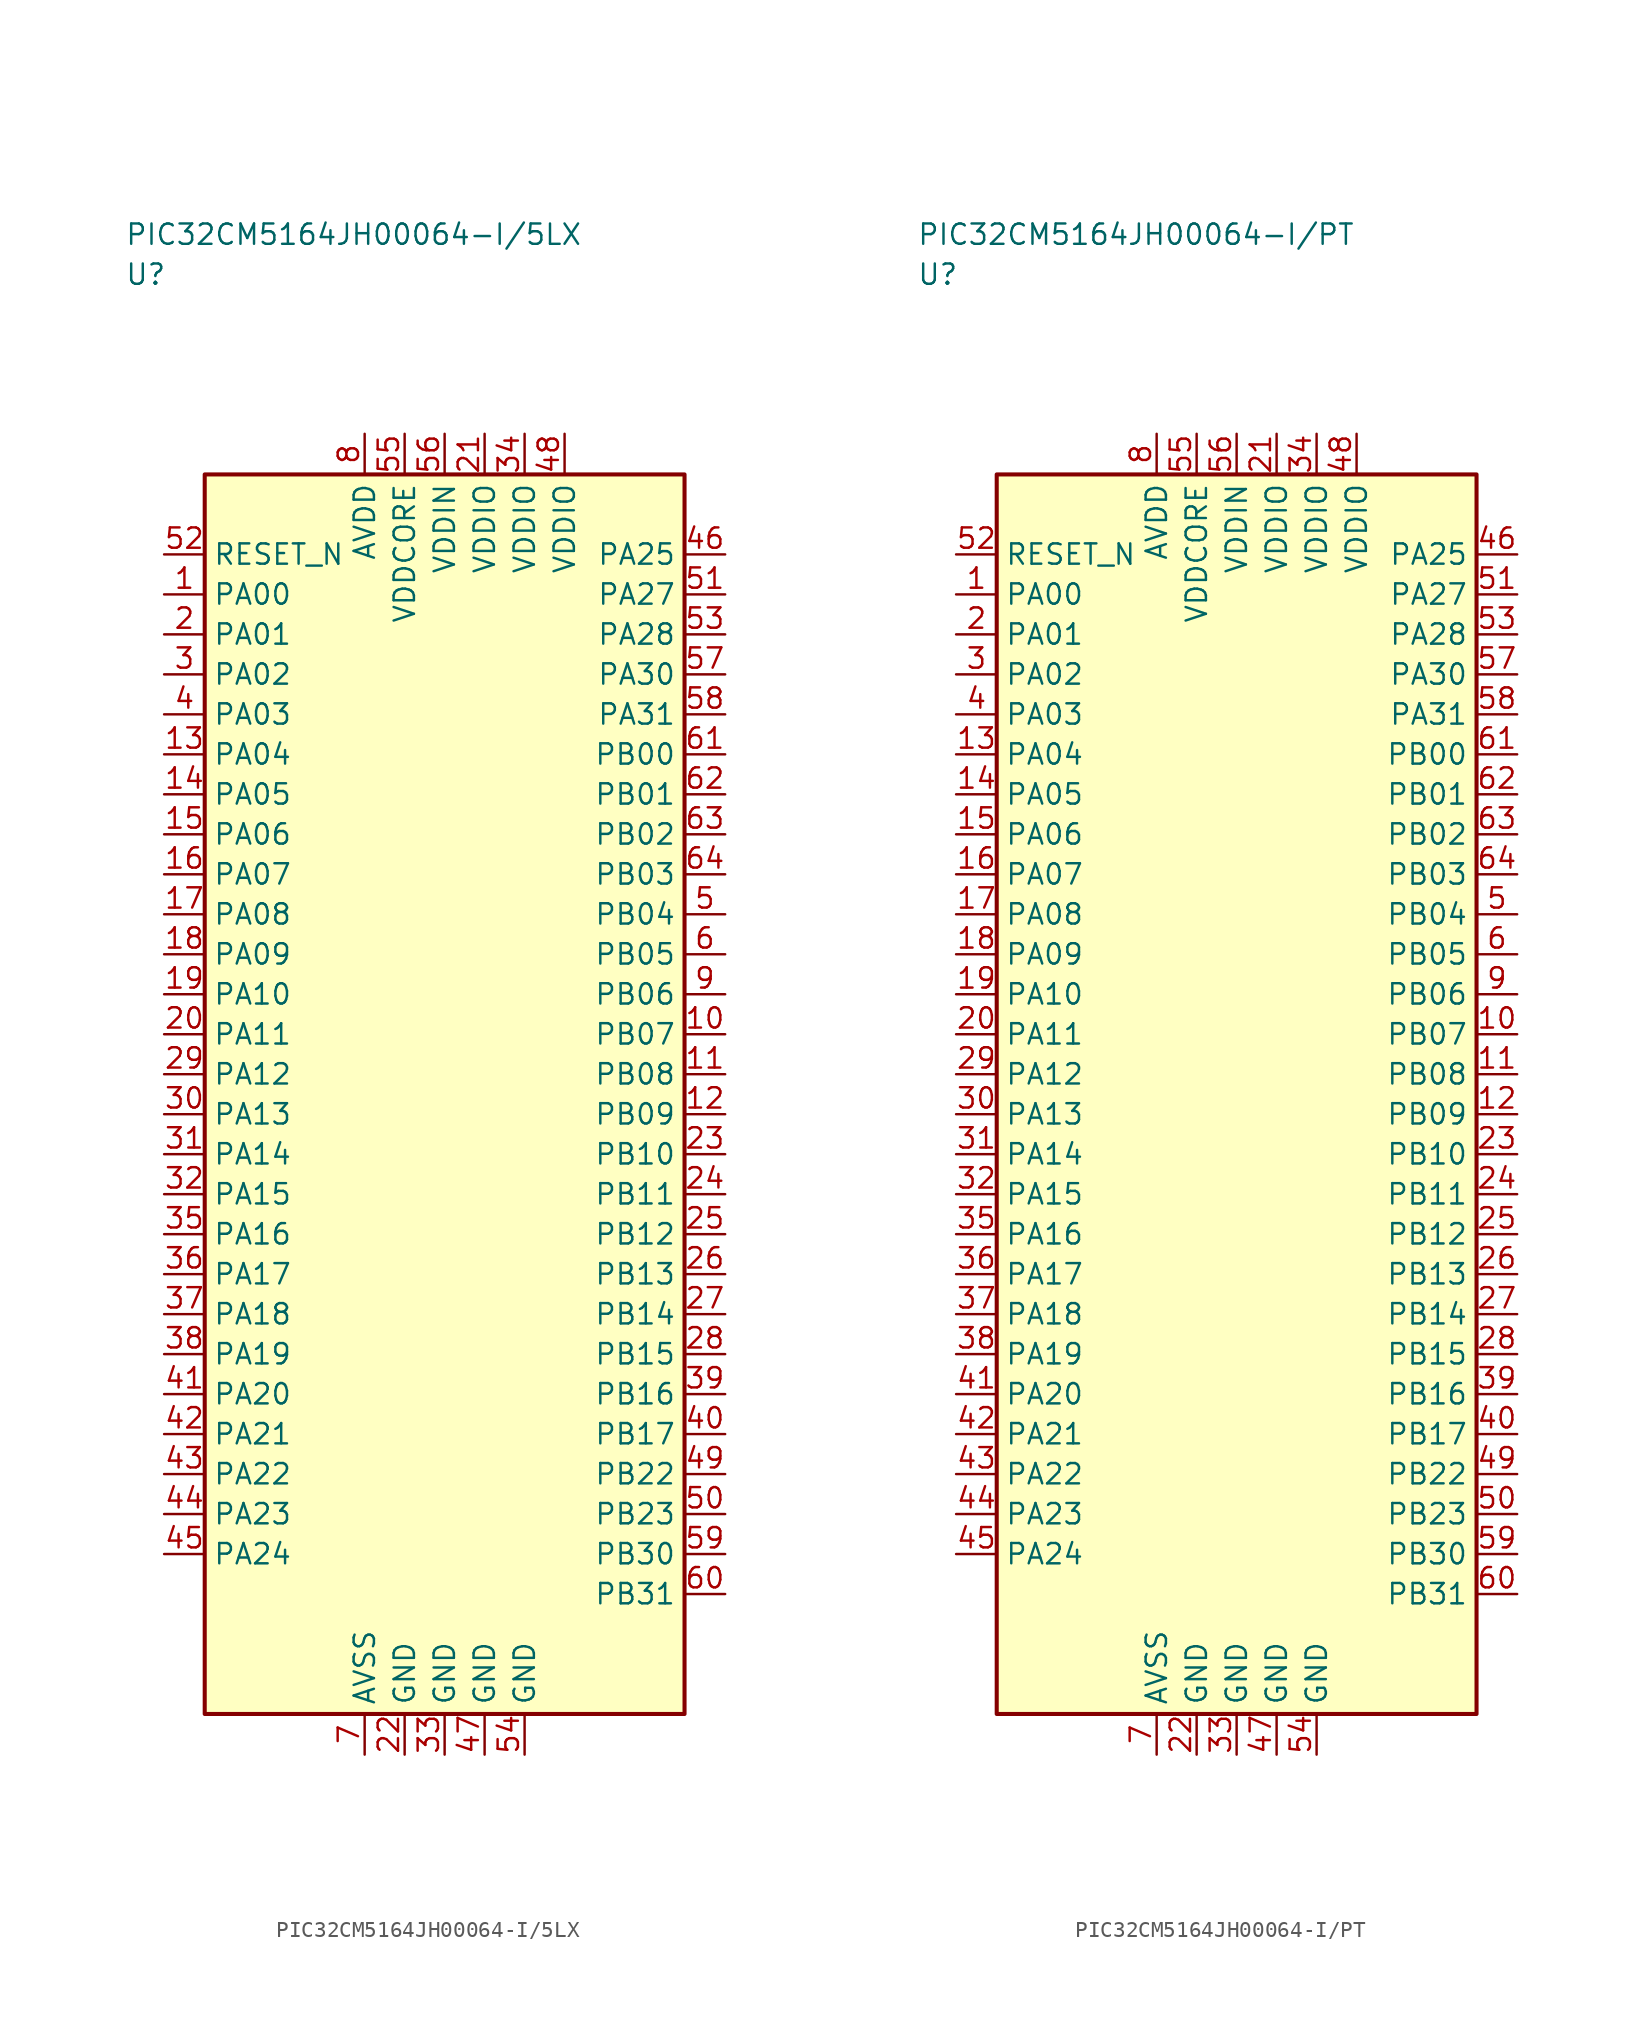
<source format=kicad_sym>
(kicad_symbol_lib
  (version 20241025)
  (generator "kicad_symbol_editor")
  (generator_version "8.0")
  (symbol "PIC32CM5164JH00064-I/5LX"
    (property "Reference" "U"
      (at -20.0 51.25 0)
      (effects (font (size 1.27 1.27)) (justify left)))
    (property "Value" "PIC32CM5164JH00064-I/5LX"
      (at -20.0 53.75 0)
      (effects (font (size 1.27 1.27)) (justify left)))
    (symbol "PIC32CM5164JH00064-I/5LX_0_1"
      (rectangle (start -15.0 38.75) (end 15.0 -38.75) (stroke (width 0.254) (type default)) (fill (type background))))
    (symbol "PIC32CM5164JH00064-I/5LX_1_1"
      (pin bidirectional line (at -17.54 31.25 0.0) (length 2.54) (name "PA00" (effects (font (size 1.27 1.27)))) (number "1" (effects (font (size 1.27 1.27)))))
      (pin bidirectional line (at -17.54 28.75 0.0) (length 2.54) (name "PA01" (effects (font (size 1.27 1.27)))) (number "2" (effects (font (size 1.27 1.27)))))
      (pin bidirectional line (at -17.54 26.25 0.0) (length 2.54) (name "PA02" (effects (font (size 1.27 1.27)))) (number "3" (effects (font (size 1.27 1.27)))))
      (pin bidirectional line (at -17.54 23.75 0.0) (length 2.54) (name "PA03" (effects (font (size 1.27 1.27)))) (number "4" (effects (font (size 1.27 1.27)))))
      (pin bidirectional line (at 17.54 11.25 180.0) (length 2.54) (name "PB04" (effects (font (size 1.27 1.27)))) (number "5" (effects (font (size 1.27 1.27)))))
      (pin bidirectional line (at 17.54 8.75 180.0) (length 2.54) (name "PB05" (effects (font (size 1.27 1.27)))) (number "6" (effects (font (size 1.27 1.27)))))
      (pin passive line (at -5.0 -41.29 90.0) (length 2.54) (name "AVSS" (effects (font (size 1.27 1.27)))) (number "7" (effects (font (size 1.27 1.27)))))
      (pin power_in line (at -5.0 41.29 270.0) (length 2.54) (name "AVDD" (effects (font (size 1.27 1.27)))) (number "8" (effects (font (size 1.27 1.27)))))
      (pin bidirectional line (at 17.54 6.25 180.0) (length 2.54) (name "PB06" (effects (font (size 1.27 1.27)))) (number "9" (effects (font (size 1.27 1.27)))))
      (pin bidirectional line (at 17.54 3.75 180.0) (length 2.54) (name "PB07" (effects (font (size 1.27 1.27)))) (number "10" (effects (font (size 1.27 1.27)))))
      (pin bidirectional line (at 17.54 1.25 180.0) (length 2.54) (name "PB08" (effects (font (size 1.27 1.27)))) (number "11" (effects (font (size 1.27 1.27)))))
      (pin bidirectional line (at 17.54 -1.25 180.0) (length 2.54) (name "PB09" (effects (font (size 1.27 1.27)))) (number "12" (effects (font (size 1.27 1.27)))))
      (pin bidirectional line (at -17.54 21.25 0.0) (length 2.54) (name "PA04" (effects (font (size 1.27 1.27)))) (number "13" (effects (font (size 1.27 1.27)))))
      (pin bidirectional line (at -17.54 18.75 0.0) (length 2.54) (name "PA05" (effects (font (size 1.27 1.27)))) (number "14" (effects (font (size 1.27 1.27)))))
      (pin bidirectional line (at -17.54 16.25 0.0) (length 2.54) (name "PA06" (effects (font (size 1.27 1.27)))) (number "15" (effects (font (size 1.27 1.27)))))
      (pin bidirectional line (at -17.54 13.75 0.0) (length 2.54) (name "PA07" (effects (font (size 1.27 1.27)))) (number "16" (effects (font (size 1.27 1.27)))))
      (pin bidirectional line (at -17.54 11.25 0.0) (length 2.54) (name "PA08" (effects (font (size 1.27 1.27)))) (number "17" (effects (font (size 1.27 1.27)))))
      (pin bidirectional line (at -17.54 8.75 0.0) (length 2.54) (name "PA09" (effects (font (size 1.27 1.27)))) (number "18" (effects (font (size 1.27 1.27)))))
      (pin bidirectional line (at -17.54 6.25 0.0) (length 2.54) (name "PA10" (effects (font (size 1.27 1.27)))) (number "19" (effects (font (size 1.27 1.27)))))
      (pin bidirectional line (at -17.54 3.75 0.0) (length 2.54) (name "PA11" (effects (font (size 1.27 1.27)))) (number "20" (effects (font (size 1.27 1.27)))))
      (pin power_in line (at 2.5 41.29 270.0) (length 2.54) (name "VDDIO" (effects (font (size 1.27 1.27)))) (number "21" (effects (font (size 1.27 1.27)))))
      (pin passive line (at -2.5 -41.29 90.0) (length 2.54) (name "GND" (effects (font (size 1.27 1.27)))) (number "22" (effects (font (size 1.27 1.27)))))
      (pin bidirectional line (at 17.54 -3.75 180.0) (length 2.54) (name "PB10" (effects (font (size 1.27 1.27)))) (number "23" (effects (font (size 1.27 1.27)))))
      (pin bidirectional line (at 17.54 -6.25 180.0) (length 2.54) (name "PB11" (effects (font (size 1.27 1.27)))) (number "24" (effects (font (size 1.27 1.27)))))
      (pin bidirectional line (at 17.54 -8.75 180.0) (length 2.54) (name "PB12" (effects (font (size 1.27 1.27)))) (number "25" (effects (font (size 1.27 1.27)))))
      (pin bidirectional line (at 17.54 -11.25 180.0) (length 2.54) (name "PB13" (effects (font (size 1.27 1.27)))) (number "26" (effects (font (size 1.27 1.27)))))
      (pin bidirectional line (at 17.54 -13.75 180.0) (length 2.54) (name "PB14" (effects (font (size 1.27 1.27)))) (number "27" (effects (font (size 1.27 1.27)))))
      (pin bidirectional line (at 17.54 -16.25 180.0) (length 2.54) (name "PB15" (effects (font (size 1.27 1.27)))) (number "28" (effects (font (size 1.27 1.27)))))
      (pin bidirectional line (at -17.54 1.25 0.0) (length 2.54) (name "PA12" (effects (font (size 1.27 1.27)))) (number "29" (effects (font (size 1.27 1.27)))))
      (pin bidirectional line (at -17.54 -1.25 0.0) (length 2.54) (name "PA13" (effects (font (size 1.27 1.27)))) (number "30" (effects (font (size 1.27 1.27)))))
      (pin bidirectional line (at -17.54 -3.75 0.0) (length 2.54) (name "PA14" (effects (font (size 1.27 1.27)))) (number "31" (effects (font (size 1.27 1.27)))))
      (pin bidirectional line (at -17.54 -6.25 0.0) (length 2.54) (name "PA15" (effects (font (size 1.27 1.27)))) (number "32" (effects (font (size 1.27 1.27)))))
      (pin passive line (at 0.0 -41.29 90.0) (length 2.54) (name "GND" (effects (font (size 1.27 1.27)))) (number "33" (effects (font (size 1.27 1.27)))))
      (pin power_in line (at 5.0 41.29 270.0) (length 2.54) (name "VDDIO" (effects (font (size 1.27 1.27)))) (number "34" (effects (font (size 1.27 1.27)))))
      (pin bidirectional line (at -17.54 -8.75 0.0) (length 2.54) (name "PA16" (effects (font (size 1.27 1.27)))) (number "35" (effects (font (size 1.27 1.27)))))
      (pin bidirectional line (at -17.54 -11.25 0.0) (length 2.54) (name "PA17" (effects (font (size 1.27 1.27)))) (number "36" (effects (font (size 1.27 1.27)))))
      (pin bidirectional line (at -17.54 -13.75 0.0) (length 2.54) (name "PA18" (effects (font (size 1.27 1.27)))) (number "37" (effects (font (size 1.27 1.27)))))
      (pin bidirectional line (at -17.54 -16.25 0.0) (length 2.54) (name "PA19" (effects (font (size 1.27 1.27)))) (number "38" (effects (font (size 1.27 1.27)))))
      (pin bidirectional line (at 17.54 -18.75 180.0) (length 2.54) (name "PB16" (effects (font (size 1.27 1.27)))) (number "39" (effects (font (size 1.27 1.27)))))
      (pin bidirectional line (at 17.54 -21.25 180.0) (length 2.54) (name "PB17" (effects (font (size 1.27 1.27)))) (number "40" (effects (font (size 1.27 1.27)))))
      (pin bidirectional line (at -17.54 -18.75 0.0) (length 2.54) (name "PA20" (effects (font (size 1.27 1.27)))) (number "41" (effects (font (size 1.27 1.27)))))
      (pin bidirectional line (at -17.54 -21.25 0.0) (length 2.54) (name "PA21" (effects (font (size 1.27 1.27)))) (number "42" (effects (font (size 1.27 1.27)))))
      (pin bidirectional line (at -17.54 -23.75 0.0) (length 2.54) (name "PA22" (effects (font (size 1.27 1.27)))) (number "43" (effects (font (size 1.27 1.27)))))
      (pin bidirectional line (at -17.54 -26.25 0.0) (length 2.54) (name "PA23" (effects (font (size 1.27 1.27)))) (number "44" (effects (font (size 1.27 1.27)))))
      (pin bidirectional line (at -17.54 -28.75 0.0) (length 2.54) (name "PA24" (effects (font (size 1.27 1.27)))) (number "45" (effects (font (size 1.27 1.27)))))
      (pin bidirectional line (at 17.54 33.75 180.0) (length 2.54) (name "PA25" (effects (font (size 1.27 1.27)))) (number "46" (effects (font (size 1.27 1.27)))))
      (pin passive line (at 2.5 -41.29 90.0) (length 2.54) (name "GND" (effects (font (size 1.27 1.27)))) (number "47" (effects (font (size 1.27 1.27)))))
      (pin power_in line (at 7.5 41.29 270.0) (length 2.54) (name "VDDIO" (effects (font (size 1.27 1.27)))) (number "48" (effects (font (size 1.27 1.27)))))
      (pin bidirectional line (at 17.54 -23.75 180.0) (length 2.54) (name "PB22" (effects (font (size 1.27 1.27)))) (number "49" (effects (font (size 1.27 1.27)))))
      (pin bidirectional line (at 17.54 -26.25 180.0) (length 2.54) (name "PB23" (effects (font (size 1.27 1.27)))) (number "50" (effects (font (size 1.27 1.27)))))
      (pin bidirectional line (at 17.54 31.25 180.0) (length 2.54) (name "PA27" (effects (font (size 1.27 1.27)))) (number "51" (effects (font (size 1.27 1.27)))))
      (pin input line (at -17.54 33.75 0.0) (length 2.54) (name "RESET_N" (effects (font (size 1.27 1.27)))) (number "52" (effects (font (size 1.27 1.27)))))
      (pin bidirectional line (at 17.54 28.75 180.0) (length 2.54) (name "PA28" (effects (font (size 1.27 1.27)))) (number "53" (effects (font (size 1.27 1.27)))))
      (pin passive line (at 5.0 -41.29 90.0) (length 2.54) (name "GND" (effects (font (size 1.27 1.27)))) (number "54" (effects (font (size 1.27 1.27)))))
      (pin power_in line (at -2.5 41.29 270.0) (length 2.54) (name "VDDCORE" (effects (font (size 1.27 1.27)))) (number "55" (effects (font (size 1.27 1.27)))))
      (pin power_in line (at 0.0 41.29 270.0) (length 2.54) (name "VDDIN" (effects (font (size 1.27 1.27)))) (number "56" (effects (font (size 1.27 1.27)))))
      (pin bidirectional line (at 17.54 26.25 180.0) (length 2.54) (name "PA30" (effects (font (size 1.27 1.27)))) (number "57" (effects (font (size 1.27 1.27)))))
      (pin bidirectional line (at 17.54 23.75 180.0) (length 2.54) (name "PA31" (effects (font (size 1.27 1.27)))) (number "58" (effects (font (size 1.27 1.27)))))
      (pin bidirectional line (at 17.54 -28.75 180.0) (length 2.54) (name "PB30" (effects (font (size 1.27 1.27)))) (number "59" (effects (font (size 1.27 1.27)))))
      (pin bidirectional line (at 17.54 -31.25 180.0) (length 2.54) (name "PB31" (effects (font (size 1.27 1.27)))) (number "60" (effects (font (size 1.27 1.27)))))
      (pin bidirectional line (at 17.54 21.25 180.0) (length 2.54) (name "PB00" (effects (font (size 1.27 1.27)))) (number "61" (effects (font (size 1.27 1.27)))))
      (pin bidirectional line (at 17.54 18.75 180.0) (length 2.54) (name "PB01" (effects (font (size 1.27 1.27)))) (number "62" (effects (font (size 1.27 1.27)))))
      (pin bidirectional line (at 17.54 16.25 180.0) (length 2.54) (name "PB02" (effects (font (size 1.27 1.27)))) (number "63" (effects (font (size 1.27 1.27)))))
      (pin bidirectional line (at 17.54 13.75 180.0) (length 2.54) (name "PB03" (effects (font (size 1.27 1.27)))) (number "64" (effects (font (size 1.27 1.27)))))))
  (symbol "PIC32CM5164JH00064-I/PT"
    (property "Reference" "U"
      (at -20.0 51.25 0)
      (effects (font (size 1.27 1.27)) (justify left)))
    (property "Value" "PIC32CM5164JH00064-I/PT"
      (at -20.0 53.75 0)
      (effects (font (size 1.27 1.27)) (justify left)))
    (symbol "PIC32CM5164JH00064-I/PT_0_1"
      (rectangle (start -15.0 38.75) (end 15.0 -38.75) (stroke (width 0.254) (type default)) (fill (type background))))
    (symbol "PIC32CM5164JH00064-I/PT_1_1"
      (pin bidirectional line (at -17.54 31.25 0.0) (length 2.54) (name "PA00" (effects (font (size 1.27 1.27)))) (number "1" (effects (font (size 1.27 1.27)))))
      (pin bidirectional line (at -17.54 28.75 0.0) (length 2.54) (name "PA01" (effects (font (size 1.27 1.27)))) (number "2" (effects (font (size 1.27 1.27)))))
      (pin bidirectional line (at -17.54 26.25 0.0) (length 2.54) (name "PA02" (effects (font (size 1.27 1.27)))) (number "3" (effects (font (size 1.27 1.27)))))
      (pin bidirectional line (at -17.54 23.75 0.0) (length 2.54) (name "PA03" (effects (font (size 1.27 1.27)))) (number "4" (effects (font (size 1.27 1.27)))))
      (pin bidirectional line (at 17.54 11.25 180.0) (length 2.54) (name "PB04" (effects (font (size 1.27 1.27)))) (number "5" (effects (font (size 1.27 1.27)))))
      (pin bidirectional line (at 17.54 8.75 180.0) (length 2.54) (name "PB05" (effects (font (size 1.27 1.27)))) (number "6" (effects (font (size 1.27 1.27)))))
      (pin passive line (at -5.0 -41.29 90.0) (length 2.54) (name "AVSS" (effects (font (size 1.27 1.27)))) (number "7" (effects (font (size 1.27 1.27)))))
      (pin power_in line (at -5.0 41.29 270.0) (length 2.54) (name "AVDD" (effects (font (size 1.27 1.27)))) (number "8" (effects (font (size 1.27 1.27)))))
      (pin bidirectional line (at 17.54 6.25 180.0) (length 2.54) (name "PB06" (effects (font (size 1.27 1.27)))) (number "9" (effects (font (size 1.27 1.27)))))
      (pin bidirectional line (at 17.54 3.75 180.0) (length 2.54) (name "PB07" (effects (font (size 1.27 1.27)))) (number "10" (effects (font (size 1.27 1.27)))))
      (pin bidirectional line (at 17.54 1.25 180.0) (length 2.54) (name "PB08" (effects (font (size 1.27 1.27)))) (number "11" (effects (font (size 1.27 1.27)))))
      (pin bidirectional line (at 17.54 -1.25 180.0) (length 2.54) (name "PB09" (effects (font (size 1.27 1.27)))) (number "12" (effects (font (size 1.27 1.27)))))
      (pin bidirectional line (at -17.54 21.25 0.0) (length 2.54) (name "PA04" (effects (font (size 1.27 1.27)))) (number "13" (effects (font (size 1.27 1.27)))))
      (pin bidirectional line (at -17.54 18.75 0.0) (length 2.54) (name "PA05" (effects (font (size 1.27 1.27)))) (number "14" (effects (font (size 1.27 1.27)))))
      (pin bidirectional line (at -17.54 16.25 0.0) (length 2.54) (name "PA06" (effects (font (size 1.27 1.27)))) (number "15" (effects (font (size 1.27 1.27)))))
      (pin bidirectional line (at -17.54 13.75 0.0) (length 2.54) (name "PA07" (effects (font (size 1.27 1.27)))) (number "16" (effects (font (size 1.27 1.27)))))
      (pin bidirectional line (at -17.54 11.25 0.0) (length 2.54) (name "PA08" (effects (font (size 1.27 1.27)))) (number "17" (effects (font (size 1.27 1.27)))))
      (pin bidirectional line (at -17.54 8.75 0.0) (length 2.54) (name "PA09" (effects (font (size 1.27 1.27)))) (number "18" (effects (font (size 1.27 1.27)))))
      (pin bidirectional line (at -17.54 6.25 0.0) (length 2.54) (name "PA10" (effects (font (size 1.27 1.27)))) (number "19" (effects (font (size 1.27 1.27)))))
      (pin bidirectional line (at -17.54 3.75 0.0) (length 2.54) (name "PA11" (effects (font (size 1.27 1.27)))) (number "20" (effects (font (size 1.27 1.27)))))
      (pin power_in line (at 2.5 41.29 270.0) (length 2.54) (name "VDDIO" (effects (font (size 1.27 1.27)))) (number "21" (effects (font (size 1.27 1.27)))))
      (pin passive line (at -2.5 -41.29 90.0) (length 2.54) (name "GND" (effects (font (size 1.27 1.27)))) (number "22" (effects (font (size 1.27 1.27)))))
      (pin bidirectional line (at 17.54 -3.75 180.0) (length 2.54) (name "PB10" (effects (font (size 1.27 1.27)))) (number "23" (effects (font (size 1.27 1.27)))))
      (pin bidirectional line (at 17.54 -6.25 180.0) (length 2.54) (name "PB11" (effects (font (size 1.27 1.27)))) (number "24" (effects (font (size 1.27 1.27)))))
      (pin bidirectional line (at 17.54 -8.75 180.0) (length 2.54) (name "PB12" (effects (font (size 1.27 1.27)))) (number "25" (effects (font (size 1.27 1.27)))))
      (pin bidirectional line (at 17.54 -11.25 180.0) (length 2.54) (name "PB13" (effects (font (size 1.27 1.27)))) (number "26" (effects (font (size 1.27 1.27)))))
      (pin bidirectional line (at 17.54 -13.75 180.0) (length 2.54) (name "PB14" (effects (font (size 1.27 1.27)))) (number "27" (effects (font (size 1.27 1.27)))))
      (pin bidirectional line (at 17.54 -16.25 180.0) (length 2.54) (name "PB15" (effects (font (size 1.27 1.27)))) (number "28" (effects (font (size 1.27 1.27)))))
      (pin bidirectional line (at -17.54 1.25 0.0) (length 2.54) (name "PA12" (effects (font (size 1.27 1.27)))) (number "29" (effects (font (size 1.27 1.27)))))
      (pin bidirectional line (at -17.54 -1.25 0.0) (length 2.54) (name "PA13" (effects (font (size 1.27 1.27)))) (number "30" (effects (font (size 1.27 1.27)))))
      (pin bidirectional line (at -17.54 -3.75 0.0) (length 2.54) (name "PA14" (effects (font (size 1.27 1.27)))) (number "31" (effects (font (size 1.27 1.27)))))
      (pin bidirectional line (at -17.54 -6.25 0.0) (length 2.54) (name "PA15" (effects (font (size 1.27 1.27)))) (number "32" (effects (font (size 1.27 1.27)))))
      (pin passive line (at 0.0 -41.29 90.0) (length 2.54) (name "GND" (effects (font (size 1.27 1.27)))) (number "33" (effects (font (size 1.27 1.27)))))
      (pin power_in line (at 5.0 41.29 270.0) (length 2.54) (name "VDDIO" (effects (font (size 1.27 1.27)))) (number "34" (effects (font (size 1.27 1.27)))))
      (pin bidirectional line (at -17.54 -8.75 0.0) (length 2.54) (name "PA16" (effects (font (size 1.27 1.27)))) (number "35" (effects (font (size 1.27 1.27)))))
      (pin bidirectional line (at -17.54 -11.25 0.0) (length 2.54) (name "PA17" (effects (font (size 1.27 1.27)))) (number "36" (effects (font (size 1.27 1.27)))))
      (pin bidirectional line (at -17.54 -13.75 0.0) (length 2.54) (name "PA18" (effects (font (size 1.27 1.27)))) (number "37" (effects (font (size 1.27 1.27)))))
      (pin bidirectional line (at -17.54 -16.25 0.0) (length 2.54) (name "PA19" (effects (font (size 1.27 1.27)))) (number "38" (effects (font (size 1.27 1.27)))))
      (pin bidirectional line (at 17.54 -18.75 180.0) (length 2.54) (name "PB16" (effects (font (size 1.27 1.27)))) (number "39" (effects (font (size 1.27 1.27)))))
      (pin bidirectional line (at 17.54 -21.25 180.0) (length 2.54) (name "PB17" (effects (font (size 1.27 1.27)))) (number "40" (effects (font (size 1.27 1.27)))))
      (pin bidirectional line (at -17.54 -18.75 0.0) (length 2.54) (name "PA20" (effects (font (size 1.27 1.27)))) (number "41" (effects (font (size 1.27 1.27)))))
      (pin bidirectional line (at -17.54 -21.25 0.0) (length 2.54) (name "PA21" (effects (font (size 1.27 1.27)))) (number "42" (effects (font (size 1.27 1.27)))))
      (pin bidirectional line (at -17.54 -23.75 0.0) (length 2.54) (name "PA22" (effects (font (size 1.27 1.27)))) (number "43" (effects (font (size 1.27 1.27)))))
      (pin bidirectional line (at -17.54 -26.25 0.0) (length 2.54) (name "PA23" (effects (font (size 1.27 1.27)))) (number "44" (effects (font (size 1.27 1.27)))))
      (pin bidirectional line (at -17.54 -28.75 0.0) (length 2.54) (name "PA24" (effects (font (size 1.27 1.27)))) (number "45" (effects (font (size 1.27 1.27)))))
      (pin bidirectional line (at 17.54 33.75 180.0) (length 2.54) (name "PA25" (effects (font (size 1.27 1.27)))) (number "46" (effects (font (size 1.27 1.27)))))
      (pin passive line (at 2.5 -41.29 90.0) (length 2.54) (name "GND" (effects (font (size 1.27 1.27)))) (number "47" (effects (font (size 1.27 1.27)))))
      (pin power_in line (at 7.5 41.29 270.0) (length 2.54) (name "VDDIO" (effects (font (size 1.27 1.27)))) (number "48" (effects (font (size 1.27 1.27)))))
      (pin bidirectional line (at 17.54 -23.75 180.0) (length 2.54) (name "PB22" (effects (font (size 1.27 1.27)))) (number "49" (effects (font (size 1.27 1.27)))))
      (pin bidirectional line (at 17.54 -26.25 180.0) (length 2.54) (name "PB23" (effects (font (size 1.27 1.27)))) (number "50" (effects (font (size 1.27 1.27)))))
      (pin bidirectional line (at 17.54 31.25 180.0) (length 2.54) (name "PA27" (effects (font (size 1.27 1.27)))) (number "51" (effects (font (size 1.27 1.27)))))
      (pin input line (at -17.54 33.75 0.0) (length 2.54) (name "RESET_N" (effects (font (size 1.27 1.27)))) (number "52" (effects (font (size 1.27 1.27)))))
      (pin bidirectional line (at 17.54 28.75 180.0) (length 2.54) (name "PA28" (effects (font (size 1.27 1.27)))) (number "53" (effects (font (size 1.27 1.27)))))
      (pin passive line (at 5.0 -41.29 90.0) (length 2.54) (name "GND" (effects (font (size 1.27 1.27)))) (number "54" (effects (font (size 1.27 1.27)))))
      (pin power_in line (at -2.5 41.29 270.0) (length 2.54) (name "VDDCORE" (effects (font (size 1.27 1.27)))) (number "55" (effects (font (size 1.27 1.27)))))
      (pin power_in line (at 0.0 41.29 270.0) (length 2.54) (name "VDDIN" (effects (font (size 1.27 1.27)))) (number "56" (effects (font (size 1.27 1.27)))))
      (pin bidirectional line (at 17.54 26.25 180.0) (length 2.54) (name "PA30" (effects (font (size 1.27 1.27)))) (number "57" (effects (font (size 1.27 1.27)))))
      (pin bidirectional line (at 17.54 23.75 180.0) (length 2.54) (name "PA31" (effects (font (size 1.27 1.27)))) (number "58" (effects (font (size 1.27 1.27)))))
      (pin bidirectional line (at 17.54 -28.75 180.0) (length 2.54) (name "PB30" (effects (font (size 1.27 1.27)))) (number "59" (effects (font (size 1.27 1.27)))))
      (pin bidirectional line (at 17.54 -31.25 180.0) (length 2.54) (name "PB31" (effects (font (size 1.27 1.27)))) (number "60" (effects (font (size 1.27 1.27)))))
      (pin bidirectional line (at 17.54 21.25 180.0) (length 2.54) (name "PB00" (effects (font (size 1.27 1.27)))) (number "61" (effects (font (size 1.27 1.27)))))
      (pin bidirectional line (at 17.54 18.75 180.0) (length 2.54) (name "PB01" (effects (font (size 1.27 1.27)))) (number "62" (effects (font (size 1.27 1.27)))))
      (pin bidirectional line (at 17.54 16.25 180.0) (length 2.54) (name "PB02" (effects (font (size 1.27 1.27)))) (number "63" (effects (font (size 1.27 1.27)))))
      (pin bidirectional line (at 17.54 13.75 180.0) (length 2.54) (name "PB03" (effects (font (size 1.27 1.27)))) (number "64" (effects (font (size 1.27 1.27))))))))
</source>
